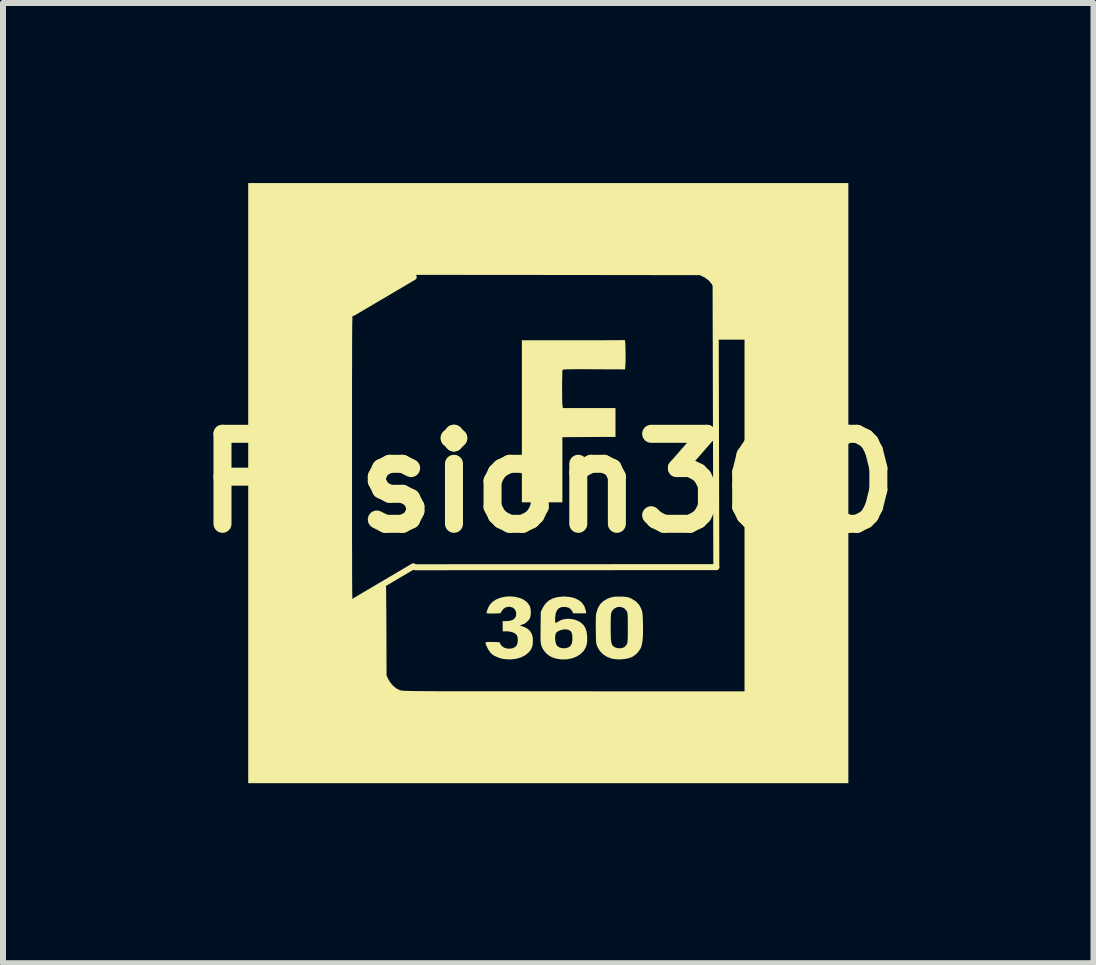
<source format=kicad_pcb>
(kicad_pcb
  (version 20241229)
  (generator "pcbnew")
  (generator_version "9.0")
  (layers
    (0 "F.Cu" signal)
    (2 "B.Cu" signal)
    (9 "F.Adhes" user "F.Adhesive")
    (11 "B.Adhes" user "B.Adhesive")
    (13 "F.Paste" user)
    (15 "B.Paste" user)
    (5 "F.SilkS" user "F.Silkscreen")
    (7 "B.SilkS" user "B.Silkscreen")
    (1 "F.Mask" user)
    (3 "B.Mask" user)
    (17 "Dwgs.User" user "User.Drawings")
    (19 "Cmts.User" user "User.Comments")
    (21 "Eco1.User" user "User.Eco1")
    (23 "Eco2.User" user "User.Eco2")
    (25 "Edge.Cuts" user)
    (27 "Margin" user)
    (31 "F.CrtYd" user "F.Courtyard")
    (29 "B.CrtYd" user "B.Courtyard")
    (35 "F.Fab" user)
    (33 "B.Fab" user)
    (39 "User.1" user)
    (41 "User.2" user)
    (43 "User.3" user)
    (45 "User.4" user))
  (footprint "Fusion360"
    (layer "F.Cu")
    (at 6.086 5)
    (property "Reference" "Fusion360" (at 0 0 0) (layer "F.SilkS") (effects (font (size 1.5 1.5) (thickness 0.3))))
    (attr board_only exclude_from_pos_files exclude_from_bom)
    (fp_line (start -3.262 1.984) (end -2.248 1.386) (stroke (width 0.1) (type default)) (layer "F.SilkS"))
    (fp_line (start -3.256 -2.835) (end -2.242 -3.433) (stroke (width 0.1) (type default)) (layer "F.SilkS"))
    (fp_line (start 2.788 -3.297) (end 2.8 1.4) (stroke (width 0.1) (type default)) (layer "F.SilkS"))
    (fp_line (start 2.8 1.4) (end -2.22 1.402) (stroke (width 0.1) (type default)) (layer "F.SilkS"))
    (fp_poly (pts (xy -2.99 1.815) (xy -2.995 1.82) (xy -3 1.815) (xy -2.995 1.81)) (stroke (width 0) (type solid)) (fill yes) (layer "F.SilkS"))
    (fp_poly (pts (xy -2.91 1.725) (xy -2.915 1.73) (xy -2.92 1.725) (xy -2.915 1.72)) (stroke (width 0) (type solid)) (fill yes) (layer "F.SilkS"))
    (fp_poly (pts (xy -2.84 -3.025) (xy -2.845 -3.02) (xy -2.85 -3.025) (xy -2.845 -3.03)) (stroke (width 0) (type solid)) (fill yes) (layer "F.SilkS"))
    (fp_poly (pts (xy -2.84 1.725) (xy -2.845 1.73) (xy -2.85 1.725) (xy -2.845 1.72)) (stroke (width 0) (type solid)) (fill yes) (layer "F.SilkS"))
    (fp_poly (pts (xy -2.7 1.665) (xy -2.705 1.67) (xy -2.71 1.665) (xy -2.705 1.66)) (stroke (width 0) (type solid)) (fill yes) (layer "F.SilkS"))
    (fp_poly (pts (xy -2.68 -3.165) (xy -2.685 -3.16) (xy -2.69 -3.165) (xy -2.685 -3.17)) (stroke (width 0) (type solid)) (fill yes) (layer "F.SilkS"))
    (fp_poly (pts (xy -2.68 -3.095) (xy -2.685 -3.09) (xy -2.69 -3.095) (xy -2.685 -3.1)) (stroke (width 0) (type solid)) (fill yes) (layer "F.SilkS"))
    (fp_poly (pts (xy -2.52 -3.245) (xy -2.525 -3.24) (xy -2.53 -3.245) (xy -2.525 -3.25)) (stroke (width 0) (type solid)) (fill yes) (layer "F.SilkS"))
    (fp_poly (pts (xy -2.35 1.425) (xy -2.355 1.43) (xy -2.36 1.425) (xy -2.355 1.42)) (stroke (width 0) (type solid)) (fill yes) (layer "F.SilkS"))
    (fp_poly (pts (xy -3.163 -2.847) (xy -3.165 -2.841) (xy -3.17 -2.84) (xy -3.178 -2.844) (xy -3.177 -2.847) (xy -3.165 -2.848)) (stroke (width 0) (type solid)) (fill yes) (layer "F.SilkS"))
    (fp_poly (pts (xy -3.118 -2.857) (xy -3.116 -2.853) (xy -3.13 -2.852) (xy -3.144 -2.853) (xy -3.143 -2.857) (xy -3.122 -2.858)) (stroke (width 0) (type solid)) (fill yes) (layer "F.SilkS"))
    (fp_poly (pts (xy -2.753 -3.086) (xy -2.756 -3.081) (xy -2.766 -3.081) (xy -2.777 -3.083) (xy -2.772 -3.087) (xy -2.756 -3.088)) (stroke (width 0) (type solid)) (fill yes) (layer "F.SilkS"))
    (fp_poly (pts (xy -2.623 1.643) (xy -2.625 1.649) (xy -2.63 1.65) (xy -2.638 1.646) (xy -2.637 1.643) (xy -2.625 1.642)) (stroke (width 0) (type solid)) (fill yes) (layer "F.SilkS"))
    (fp_poly (pts (xy -3.085 -2.928) (xy -3.088 -2.921) (xy -3.097 -2.916) (xy -3.109 -2.913) (xy -3.104 -2.92) (xy -3.103 -2.921) (xy -3.09 -2.929)) (stroke (width 0) (type solid)) (fill yes) (layer "F.SilkS"))
    (fp_poly (pts (xy -3.005 -2.94) (xy -3.016 -2.932) (xy -3.027 -2.93) (xy -3.03 -2.934) (xy -3.022 -2.94) (xy -3.014 -2.944) (xy -3.004 -2.945)) (stroke (width 0) (type solid)) (fill yes) (layer "F.SilkS"))
    (fp_poly (pts (xy -2.682 1.664) (xy -2.671 1.674) (xy -2.673 1.68) (xy -2.674 1.68) (xy -2.683 1.673) (xy -2.686 1.668) (xy -2.687 1.662)) (stroke (width 0) (type solid)) (fill yes) (layer "F.SilkS"))
    (fp_poly (pts (xy -2.659 1.646) (xy -2.651 1.659) (xy -2.653 1.666) (xy -2.662 1.663) (xy -2.67 1.655) (xy -2.676 1.643) (xy -2.672 1.64)) (stroke (width 0) (type solid)) (fill yes) (layer "F.SilkS"))
    (fp_poly (pts (xy -2.545 -3.25) (xy -2.556 -3.242) (xy -2.567 -3.24) (xy -2.57 -3.244) (xy -2.562 -3.25) (xy -2.554 -3.254) (xy -2.544 -3.255)) (stroke (width 0) (type solid)) (fill yes) (layer "F.SilkS"))
    (fp_poly (pts (xy -3.119 1.889) (xy -3.104 1.895) (xy -3.107 1.897) (xy -3.127 1.897) (xy -3.146 1.894) (xy -3.152 1.888) (xy -3.151 1.887) (xy -3.137 1.885)) (stroke (width 0) (type solid)) (fill yes) (layer "F.SilkS"))
    (fp_poly (pts (xy -3.11 -2.893) (xy -3.11 -2.89) (xy -3.118 -2.882) (xy -3.132 -2.88) (xy -3.147 -2.882) (xy -3.144 -2.888) (xy -3.14 -2.89) (xy -3.119 -2.899)) (stroke (width 0) (type solid)) (fill yes) (layer "F.SilkS"))
    (fp_poly (pts (xy -2.881 1.735) (xy -2.88 1.739) (xy -2.887 1.753) (xy -2.89 1.755) (xy -2.899 1.755) (xy -2.9 1.751) (xy -2.893 1.737) (xy -2.89 1.735)) (stroke (width 0) (type solid)) (fill yes) (layer "F.SilkS"))
    (fp_poly (pts (xy -2.783 -3.104) (xy -2.785 -3.1) (xy -2.798 -3.09) (xy -2.801 -3.09) (xy -2.807 -3.096) (xy -2.805 -3.1) (xy -2.792 -3.11) (xy -2.789 -3.11)) (stroke (width 0) (type solid)) (fill yes) (layer "F.SilkS"))
    (fp_poly (pts (xy -2.72 -3.102) (xy -2.72 -3.1) (xy -2.728 -3.09) (xy -2.73 -3.09) (xy -2.74 -3.098) (xy -2.74 -3.1) (xy -2.732 -3.11) (xy -2.73 -3.11)) (stroke (width 0) (type solid)) (fill yes) (layer "F.SilkS"))
    (fp_poly (pts (xy -2.463 -3.254) (xy -2.465 -3.25) (xy -2.474 -3.24) (xy -2.476 -3.24) (xy -2.48 -3.248) (xy -2.48 -3.25) (xy -2.472 -3.26) (xy -2.469 -3.26)) (stroke (width 0) (type solid)) (fill yes) (layer "F.SilkS"))
    (fp_poly (pts (xy -3.014 -2.967) (xy -3.017 -2.959) (xy -3.029 -2.95) (xy -3.043 -2.938) (xy -3.045 -2.929) (xy -3.041 -2.922) (xy -3.049 -2.923) (xy -3.058 -2.927) (xy -3.061 -2.935) (xy -3.046 -2.951) (xy -3.045 -2.952) (xy -3.026 -2.964) (xy -3.014 -2.967)) (stroke (width 0) (type solid)) (fill yes) (layer "F.SilkS"))
    (fp_poly (pts (xy -2.45 -3.292) (xy -2.444 -3.276) (xy -2.444 -3.262) (xy -2.445 -3.262) (xy -2.45 -3.265) (xy -2.45 -3.269) (xy -2.458 -3.278) (xy -2.471 -3.277) (xy -2.484 -3.275) (xy -2.482 -3.283) (xy -2.479 -3.286) (xy -2.466 -3.298) (xy -2.46 -3.3)) (stroke (width 0) (type solid)) (fill yes) (layer "F.SilkS"))
    (fp_poly (pts (xy -2.854 1.753) (xy -2.856 1.763) (xy -2.868 1.78) (xy -2.883 1.797) (xy -2.897 1.809) (xy -2.901 1.81) (xy -2.913 1.803) (xy -2.915 1.8) (xy -2.913 1.794) (xy -2.906 1.796) (xy -2.892 1.796) (xy -2.89 1.79) (xy -2.884 1.776) (xy -2.872 1.761) (xy -2.859 1.752)) (stroke (width 0) (type solid)) (fill yes) (layer "F.SilkS"))
    (fp_poly (pts (xy -2.84 -3.071) (xy -2.848 -3.059) (xy -2.866 -3.043) (xy -2.887 -3.029) (xy -2.905 -3.02) (xy -2.908 -3.02) (xy -2.921 -3.012) (xy -2.923 -3.007) (xy -2.928 -3) (xy -2.929 -3.007) (xy -2.922 -3.02) (xy -2.903 -3.034) (xy -2.901 -3.035) (xy -2.875 -3.05) (xy -2.856 -3.065) (xy -2.844 -3.074)) (stroke (width 0) (type solid)) (fill yes) (layer "F.SilkS"))
    (fp_poly (pts (xy -3.205 1.967) (xy -3.196 1.975) (xy -3.203 1.982) (xy -3.214 1.988) (xy -3.231 1.994) (xy -3.236 1.989) (xy -3.236 1.985) (xy -3.231 1.973) (xy -3.227 1.973) (xy -3.225 1.979) (xy -3.22 1.98) (xy -3.212 1.976) (xy -3.213 1.973) (xy -3.225 1.972) (xy -3.227 1.973) (xy -3.231 1.973) (xy -3.228 1.965) (xy -3.212 1.964)) (stroke (width 0) (type solid)) (fill yes) (layer "F.SilkS"))
    (fp_poly (pts (xy -3.069 1.9) (xy -3.086 1.915) (xy -3.102 1.926) (xy -3.135 1.948) (xy -3.154 1.961) (xy -3.163 1.964) (xy -3.165 1.96) (xy -3.163 1.95) (xy -3.163 1.949) (xy -3.157 1.936) (xy -3.149 1.941) (xy -3.149 1.942) (xy -3.142 1.948) (xy -3.14 1.943) (xy -3.133 1.933) (xy -3.115 1.918) (xy -3.093 1.904) (xy -3.074 1.894) (xy -3.064 1.893)) (stroke (width 0) (type solid)) (fill yes) (layer "F.SilkS"))
    (fp_poly (pts (xy -2.719 1.65) (xy -2.718 1.663) (xy -2.715 1.677) (xy -2.704 1.68) (xy -2.692 1.682) (xy -2.698 1.689) (xy -2.7 1.689) (xy -2.716 1.695) (xy -2.722 1.694) (xy -2.73 1.696) (xy -2.73 1.699) (xy -2.738 1.709) (xy -2.746 1.71) (xy -2.756 1.708) (xy -2.752 1.7) (xy -2.746 1.694) (xy -2.733 1.677) (xy -2.73 1.667) (xy -2.735 1.665) (xy -2.744 1.675) (xy -2.754 1.688) (xy -2.757 1.683) (xy -2.757 1.67) (xy -2.75 1.65) (xy -2.734 1.645)) (stroke (width 0) (type solid)) (fill yes) (layer "F.SilkS"))
    (fp_poly (pts (xy -2.507 1.557) (xy -2.51 1.559) (xy -2.52 1.568) (xy -2.513 1.57) (xy -2.51 1.571) (xy -2.509 1.575) (xy -2.522 1.584) (xy -2.533 1.589) (xy -2.554 1.601) (xy -2.563 1.611) (xy -2.563 1.614) (xy -2.564 1.617) (xy -2.574 1.614) (xy -2.588 1.611) (xy -2.586 1.618) (xy -2.585 1.631) (xy -2.588 1.634) (xy -2.594 1.629) (xy -2.596 1.612) (xy -2.591 1.587) (xy -2.581 1.573) (xy -2.562 1.561) (xy -2.556 1.562) (xy -2.565 1.574) (xy -2.571 1.58) (xy -2.587 1.594) (xy -2.587 1.599) (xy -2.57 1.595) (xy -2.552 1.589) (xy -2.531 1.579) (xy -2.523 1.569) (xy -2.523 1.568) (xy -2.517 1.556) (xy -2.51 1.553) (xy -2.5 1.551)) (stroke (width 0) (type solid)) (fill yes) (layer "F.SilkS"))
    (fp_poly (pts (xy 1.279 -2.374) (xy 1.282 -2.349) (xy 1.284 -2.311) (xy 1.286 -2.264) (xy 1.287 -2.21) (xy 1.288 -2.154) (xy 1.288 -2.098) (xy 1.288 -2.046) (xy 1.287 -2.002) (xy 1.285 -1.975) (xy 1.279 -1.895) (xy 0.762 -1.897) (xy 0.642 -1.898) (xy 0.54 -1.898) (xy 0.455 -1.898) (xy 0.386 -1.897) (xy 0.333 -1.896) (xy 0.292 -1.895) (xy 0.264 -1.893) (xy 0.247 -1.891) (xy 0.239 -1.888) (xy 0.238 -1.887) (xy 0.236 -1.874) (xy 0.234 -1.844) (xy 0.233 -1.8) (xy 0.232 -1.746) (xy 0.231 -1.684) (xy 0.23 -1.618) (xy 0.23 -1.55) (xy 0.231 -1.484) (xy 0.231 -1.423) (xy 0.232 -1.37) (xy 0.234 -1.328) (xy 0.236 -1.3) (xy 0.236 -1.296) (xy 0.243 -1.25) (xy 0.681 -1.25) (xy 1.12 -1.25) (xy 1.12 -1.01) (xy 1.12 -0.77) (xy 0.677 -0.768) (xy 0.235 -0.765) (xy 0.235 -0.222) (xy 0.235 0.32) (xy -0.102 0.32) (xy -0.44 0.32) (xy -0.44 -1.03) (xy -0.44 -2.38) (xy 0.415 -2.38) (xy 0.544 -2.38) (xy 0.667 -2.38) (xy 0.783 -2.38) (xy 0.891 -2.38) (xy 0.988 -2.381) (xy 1.074 -2.381) (xy 1.146 -2.381) (xy 1.204 -2.382) (xy 1.246 -2.382) (xy 1.271 -2.382) (xy 1.277 -2.382)) (stroke (width 0) (type solid)) (fill yes) (layer "F.SilkS"))
    (fp_poly (pts (xy 0.358 1.897) (xy 0.44 1.917) (xy 0.508 1.95) (xy 0.562 1.995) (xy 0.601 2.051) (xy 0.624 2.118) (xy 0.626 2.129) (xy 0.633 2.17) (xy 0.524 2.17) (xy 0.415 2.17) (xy 0.4 2.138) (xy 0.372 2.098) (xy 0.331 2.073) (xy 0.278 2.063) (xy 0.222 2.066) (xy 0.177 2.084) (xy 0.145 2.119) (xy 0.124 2.169) (xy 0.115 2.236) (xy 0.114 2.252) (xy 0.114 2.291) (xy 0.117 2.318) (xy 0.121 2.33) (xy 0.122 2.33) (xy 0.136 2.325) (xy 0.158 2.311) (xy 0.162 2.309) (xy 0.22 2.279) (xy 0.288 2.263) (xy 0.36 2.261) (xy 0.432 2.273) (xy 0.499 2.298) (xy 0.544 2.325) (xy 0.587 2.366) (xy 0.618 2.413) (xy 0.637 2.47) (xy 0.647 2.54) (xy 0.648 2.562) (xy 0.648 2.635) (xy 0.639 2.694) (xy 0.621 2.745) (xy 0.592 2.793) (xy 0.585 2.801) (xy 0.534 2.851) (xy 0.47 2.891) (xy 0.395 2.92) (xy 0.313 2.936) (xy 0.229 2.939) (xy 0.146 2.928) (xy 0.131 2.924) (xy 0.07 2.905) (xy 0.022 2.881) (xy -0.02 2.849) (xy -0.041 2.83) (xy -0.087 2.77) (xy -0.109 2.725) (xy -0.116 2.706) (xy -0.121 2.688) (xy -0.125 2.668) (xy -0.127 2.643) (xy -0.129 2.61) (xy -0.129 2.566) (xy -0.129 2.561) (xy 0.114 2.561) (xy 0.115 2.607) (xy 0.122 2.653) (xy 0.134 2.691) (xy 0.15 2.715) (xy 0.194 2.742) (xy 0.245 2.753) (xy 0.3 2.749) (xy 0.342 2.734) (xy 0.372 2.71) (xy 0.392 2.672) (xy 0.401 2.62) (xy 0.402 2.582) (xy 0.398 2.524) (xy 0.384 2.482) (xy 0.358 2.455) (xy 0.32 2.44) (xy 0.274 2.437) (xy 0.23 2.443) (xy 0.187 2.457) (xy 0.15 2.476) (xy 0.133 2.492) (xy 0.12 2.52) (xy 0.114 2.561) (xy -0.129 2.561) (xy -0.129 2.509) (xy -0.128 2.436) (xy -0.128 2.405) (xy -0.125 2.144) (xy -0.092 2.077) (xy -0.049 2.01) (xy 0.005 1.959) (xy 0.073 1.922) (xy 0.154 1.899) (xy 0.249 1.89) (xy 0.265 1.89)) (stroke (width 0) (type solid)) (fill yes) (layer "F.SilkS"))
    (fp_poly (pts (xy -0.558 1.894) (xy -0.477 1.913) (xy -0.408 1.944) (xy -0.353 1.986) (xy -0.314 2.038) (xy -0.305 2.057) (xy -0.294 2.1) (xy -0.29 2.152) (xy -0.294 2.204) (xy -0.305 2.249) (xy -0.309 2.259) (xy -0.325 2.28) (xy -0.349 2.305) (xy -0.375 2.328) (xy -0.4 2.345) (xy -0.414 2.35) (xy -0.426 2.353) (xy -0.447 2.361) (xy -0.475 2.371) (xy -0.423 2.389) (xy -0.357 2.419) (xy -0.309 2.458) (xy -0.276 2.509) (xy -0.259 2.571) (xy -0.256 2.62) (xy -0.259 2.685) (xy -0.271 2.737) (xy -0.294 2.781) (xy -0.323 2.818) (xy -0.382 2.867) (xy -0.454 2.904) (xy -0.537 2.928) (xy -0.628 2.938) (xy -0.724 2.934) (xy -0.756 2.929) (xy -0.83 2.909) (xy -0.9 2.877) (xy -0.941 2.849) (xy -0.967 2.821) (xy -0.995 2.781) (xy -1.021 2.734) (xy -1.041 2.687) (xy -1.045 2.673) (xy -1.046 2.662) (xy -1.042 2.654) (xy -1.028 2.649) (xy -1.003 2.647) (xy -0.964 2.647) (xy -0.909 2.648) (xy -0.813 2.651) (xy -0.797 2.685) (xy -0.771 2.719) (xy -0.732 2.743) (xy -0.687 2.757) (xy -0.639 2.759) (xy -0.593 2.751) (xy -0.553 2.731) (xy -0.525 2.7) (xy -0.523 2.697) (xy -0.512 2.661) (xy -0.508 2.618) (xy -0.511 2.575) (xy -0.521 2.54) (xy -0.525 2.534) (xy -0.556 2.504) (xy -0.601 2.483) (xy -0.659 2.472) (xy -0.693 2.47) (xy -0.76 2.47) (xy -0.76 2.385) (xy -0.76 2.3) (xy -0.7 2.3) (xy -0.636 2.294) (xy -0.587 2.276) (xy -0.553 2.247) (xy -0.536 2.207) (xy -0.536 2.159) (xy -0.54 2.139) (xy -0.56 2.1) (xy -0.595 2.073) (xy -0.641 2.061) (xy -0.656 2.06) (xy -0.706 2.069) (xy -0.749 2.097) (xy -0.784 2.144) (xy -0.796 2.168) (xy -0.806 2.169) (xy -0.832 2.171) (xy -0.87 2.172) (xy -0.914 2.173) (xy -0.97 2.173) (xy -1.007 2.171) (xy -1.026 2.168) (xy -1.03 2.164) (xy -1.025 2.141) (xy -1.014 2.107) (xy -0.998 2.07) (xy -0.98 2.037) (xy -0.974 2.027) (xy -0.933 1.982) (xy -0.877 1.943) (xy -0.809 1.914) (xy -0.733 1.895) (xy -0.653 1.887) (xy -0.649 1.887)) (stroke (width 0) (type solid)) (fill yes) (layer "F.SilkS"))
    (fp_poly (pts (xy 1.194 1.891) (xy 1.213 1.891) (xy 1.264 1.893) (xy 1.301 1.897) (xy 1.329 1.902) (xy 1.355 1.911) (xy 1.384 1.925) (xy 1.394 1.929) (xy 1.46 1.971) (xy 1.51 2.023) (xy 1.546 2.086) (xy 1.551 2.099) (xy 1.559 2.122) (xy 1.565 2.146) (xy 1.57 2.174) (xy 1.573 2.212) (xy 1.575 2.261) (xy 1.577 2.326) (xy 1.578 2.345) (xy 1.579 2.454) (xy 1.577 2.546) (xy 1.571 2.621) (xy 1.561 2.682) (xy 1.548 2.731) (xy 1.536 2.758) (xy 1.504 2.807) (xy 1.46 2.853) (xy 1.411 2.889) (xy 1.401 2.894) (xy 1.343 2.917) (xy 1.273 2.931) (xy 1.197 2.938) (xy 1.123 2.935) (xy 1.064 2.926) (xy 0.982 2.897) (xy 0.913 2.854) (xy 0.859 2.797) (xy 0.823 2.736) (xy 0.814 2.716) (xy 0.807 2.698) (xy 0.802 2.679) (xy 0.798 2.655) (xy 0.796 2.625) (xy 0.794 2.584) (xy 0.793 2.53) (xy 0.792 2.459) (xy 0.792 2.45) (xy 0.791 2.4) (xy 1.04 2.4) (xy 1.04 2.484) (xy 1.042 2.551) (xy 1.044 2.603) (xy 1.049 2.642) (xy 1.055 2.671) (xy 1.063 2.693) (xy 1.075 2.709) (xy 1.083 2.718) (xy 1.12 2.741) (xy 1.167 2.752) (xy 1.216 2.751) (xy 1.259 2.738) (xy 1.267 2.734) (xy 1.287 2.715) (xy 1.306 2.689) (xy 1.307 2.687) (xy 1.313 2.675) (xy 1.317 2.66) (xy 1.32 2.638) (xy 1.323 2.609) (xy 1.324 2.568) (xy 1.325 2.514) (xy 1.325 2.443) (xy 1.325 2.41) (xy 1.325 2.333) (xy 1.324 2.274) (xy 1.324 2.229) (xy 1.322 2.196) (xy 1.319 2.172) (xy 1.316 2.155) (xy 1.311 2.141) (xy 1.305 2.13) (xy 1.273 2.092) (xy 1.232 2.07) (xy 1.186 2.062) (xy 1.141 2.069) (xy 1.099 2.091) (xy 1.066 2.127) (xy 1.058 2.141) (xy 1.052 2.154) (xy 1.047 2.172) (xy 1.044 2.195) (xy 1.042 2.227) (xy 1.041 2.272) (xy 1.04 2.331) (xy 1.04 2.4) (xy 0.791 2.4) (xy 0.791 2.357) (xy 0.792 2.279) (xy 0.794 2.218) (xy 0.798 2.175) (xy 0.8 2.165) (xy 0.825 2.085) (xy 0.864 2.018) (xy 0.919 1.965) (xy 0.988 1.925) (xy 1.031 1.909) (xy 1.068 1.899) (xy 1.103 1.893) (xy 1.143 1.891)) (stroke (width 0) (type solid)) (fill yes) (layer "F.SilkS"))
    (fp_poly (pts (xy 5 0) (xy 5 5) (xy 0 5) (xy -5 5) (xy -5 0) (xy -5 -0.584) (xy -3.27 -0.584) (xy -3.27 -0.405) (xy -3.27 -0.144) (xy -3.27 0.097) (xy -3.27 0.32) (xy -3.27 0.524) (xy -3.27 0.712) (xy -3.27 0.884) (xy -3.27 1.04) (xy -3.269 1.181) (xy -3.269 1.308) (xy -3.269 1.421) (xy -3.269 1.522) (xy -3.268 1.611) (xy -3.268 1.689) (xy -3.267 1.756) (xy -3.267 1.814) (xy -3.266 1.863) (xy -3.265 1.904) (xy -3.264 1.937) (xy -3.263 1.963) (xy -3.262 1.984) (xy -3.261 1.999) (xy -3.259 2.009) (xy -3.258 2.016) (xy -3.256 2.02) (xy -3.254 2.021) (xy -3.252 2.021) (xy -3.25 2.02) (xy -3.235 2.014) (xy -3.23 2.017) (xy -3.224 2.015) (xy -3.21 2.003) (xy -3.21 2.002) (xy -3.191 1.986) (xy -3.177 1.98) (xy -3.162 1.975) (xy -3.137 1.962) (xy -3.108 1.945) (xy -3.077 1.926) (xy -3.051 1.908) (xy -3.033 1.893) (xy -3.028 1.886) (xy -3.028 1.885) (xy -3.026 1.881) (xy -3.015 1.882) (xy -3.001 1.881) (xy -2.997 1.868) (xy -2.997 1.855) (xy -2.997 1.836) (xy -2.993 1.836) (xy -2.99 1.84) (xy -2.981 1.847) (xy -2.978 1.837) (xy -2.979 1.828) (xy -2.972 1.825) (xy -2.964 1.827) (xy -2.955 1.833) (xy -2.96 1.842) (xy -2.971 1.851) (xy -2.985 1.864) (xy -2.986 1.87) (xy -2.985 1.87) (xy -2.971 1.864) (xy -2.951 1.851) (xy -2.927 1.833) (xy -2.951 1.816) (xy -2.964 1.805) (xy -2.965 1.8) (xy -2.964 1.8) (xy -2.949 1.805) (xy -2.934 1.814) (xy -2.919 1.822) (xy -2.904 1.821) (xy -2.882 1.808) (xy -2.878 1.805) (xy -2.855 1.791) (xy -2.84 1.786) (xy -2.837 1.786) (xy -2.828 1.784) (xy -2.824 1.779) (xy -2.823 1.771) (xy -2.831 1.774) (xy -2.835 1.775) (xy -2.826 1.766) (xy -2.809 1.756) (xy -2.799 1.755) (xy -2.788 1.753) (xy -2.784 1.749) (xy -2.785 1.741) (xy -2.804 1.741) (xy -2.808 1.742) (xy -2.828 1.743) (xy -2.834 1.738) (xy -2.833 1.737) (xy -2.821 1.733) (xy -2.796 1.733) (xy -2.788 1.734) (xy -2.764 1.736) (xy -2.754 1.733) (xy -2.754 1.731) (xy -2.75 1.724) (xy -2.734 1.716) (xy -2.716 1.711) (xy -2.705 1.712) (xy -2.704 1.723) (xy -2.703 1.751) (xy -2.702 1.797) (xy -2.701 1.857) (xy -2.701 1.932) (xy -2.7 2.019) (xy -2.699 2.116) (xy -2.698 2.223) (xy -2.698 2.337) (xy -2.697 2.457) (xy -2.697 2.46) (xy -2.695 3.205) (xy -2.666 3.268) (xy -2.629 3.328) (xy -2.579 3.383) (xy -2.522 3.427) (xy -2.477 3.449) (xy -2.472 3.451) (xy -2.466 3.453) (xy -2.459 3.454) (xy -2.45 3.456) (xy -2.439 3.457) (xy -2.424 3.459) (xy -2.406 3.46) (xy -2.383 3.461) (xy -2.354 3.462) (xy -2.32 3.463) (xy -2.278 3.464) (xy -2.23 3.465) (xy -2.173 3.466) (xy -2.107 3.466) (xy -2.032 3.467) (xy -1.947 3.467) (xy -1.85 3.468) (xy -1.743 3.468) (xy -1.622 3.468) (xy -1.489 3.468) (xy -1.342 3.469) (xy -1.181 3.469) (xy -1.005 3.469) (xy -0.813 3.469) (xy -0.604 3.469) (xy -0.378 3.469) (xy -0.135 3.469) (xy 0.128 3.469) (xy 0.409 3.469) (xy 0.422 3.469) (xy 3.27 3.47) (xy 3.27 0.54) (xy 3.27 -2.39) (xy 3.03 -2.39) (xy 2.79 -2.39) (xy 2.79 -2.768) (xy 2.79 -2.876) (xy 2.789 -2.966) (xy 2.788 -3.041) (xy 2.786 -3.101) (xy 2.782 -3.15) (xy 2.777 -3.19) (xy 2.77 -3.222) (xy 2.762 -3.25) (xy 2.751 -3.274) (xy 2.737 -3.297) (xy 2.725 -3.315) (xy 2.673 -3.377) (xy 2.609 -3.424) (xy 2.572 -3.443) (xy 2.525 -3.465) (xy 0.161 -3.468) (xy -2.202 -3.47) (xy -2.254 -3.441) (xy -2.281 -3.424) (xy -2.293 -3.413) (xy -2.291 -3.406) (xy -2.287 -3.405) (xy -2.273 -3.395) (xy -2.27 -3.389) (xy -2.277 -3.387) (xy -2.294 -3.395) (xy -2.294 -3.395) (xy -2.312 -3.405) (xy -2.325 -3.403) (xy -2.333 -3.395) (xy -2.349 -3.383) (xy -2.356 -3.38) (xy -2.37 -3.375) (xy -2.394 -3.361) (xy -2.424 -3.341) (xy -2.455 -3.319) (xy -2.483 -3.298) (xy -2.504 -3.28) (xy -2.513 -3.269) (xy -2.513 -3.267) (xy -2.514 -3.261) (xy -2.525 -3.264) (xy -2.543 -3.263) (xy -2.566 -3.254) (xy -2.589 -3.24) (xy -2.607 -3.225) (xy -2.615 -3.211) (xy -2.613 -3.206) (xy -2.605 -3.191) (xy -2.604 -3.185) (xy -2.607 -3.175) (xy -2.618 -3.179) (xy -2.64 -3.184) (xy -2.667 -3.184) (xy -2.69 -3.18) (xy -2.698 -3.176) (xy -2.704 -3.162) (xy -2.707 -3.15) (xy -2.704 -3.133) (xy -2.695 -3.131) (xy -2.687 -3.143) (xy -2.682 -3.148) (xy -2.681 -3.145) (xy -2.685 -3.129) (xy -2.69 -3.12) (xy -2.7 -3.11) (xy -2.709 -3.119) (xy -2.718 -3.126) (xy -2.733 -3.122) (xy -2.743 -3.116) (xy -2.765 -3.106) (xy -2.775 -3.11) (xy -2.773 -3.121) (xy -2.768 -3.124) (xy -2.739 -3.134) (xy -2.725 -3.141) (xy -2.72 -3.148) (xy -2.72 -3.149) (xy -2.728 -3.151) (xy -2.749 -3.142) (xy -2.78 -3.126) (xy -2.818 -3.103) (xy -2.86 -3.076) (xy -2.863 -3.074) (xy -2.893 -3.055) (xy -2.918 -3.04) (xy -2.93 -3.035) (xy -2.945 -3.025) (xy -2.947 -3.017) (xy -2.954 -3.008) (xy -2.966 -3.004) (xy -2.986 -2.998) (xy -3.014 -2.985) (xy -3.031 -2.975) (xy -3.08 -2.943) (xy -3.116 -2.92) (xy -3.14 -2.904) (xy -3.155 -2.892) (xy -3.164 -2.883) (xy -3.166 -2.881) (xy -3.181 -2.872) (xy -3.188 -2.874) (xy -3.196 -2.874) (xy -3.193 -2.864) (xy -3.192 -2.851) (xy -3.203 -2.853) (xy -3.22 -2.854) (xy -3.225 -2.85) (xy -3.239 -2.842) (xy -3.251 -2.84) (xy -3.253 -2.84) (xy -3.255 -2.838) (xy -3.256 -2.835) (xy -3.258 -2.83) (xy -3.259 -2.821) (xy -3.261 -2.809) (xy -3.262 -2.791) (xy -3.263 -2.768) (xy -3.264 -2.739) (xy -3.265 -2.703) (xy -3.266 -2.66) (xy -3.267 -2.608) (xy -3.267 -2.547) (xy -3.268 -2.476) (xy -3.268 -2.394) (xy -3.269 -2.301) (xy -3.269 -2.196) (xy -3.269 -2.078) (xy -3.269 -1.947) (xy -3.27 -1.801) (xy -3.27 -1.64) (xy -3.27 -1.463) (xy -3.27 -1.27) (xy -3.27 -1.06) (xy -3.27 -0.831) (xy -3.27 -0.584) (xy -5 -0.584) (xy -5 -2.885) (xy -3.18 -2.885) (xy -3.175 -2.88) (xy -3.17 -2.885) (xy -3.175 -2.89) (xy -3.18 -2.885) (xy -5 -2.885) (xy -5 -3.204) (xy -2.65 -3.204) (xy -2.648 -3.197) (xy -2.632 -3.193) (xy -2.615 -3.193) (xy -2.616 -3.197) (xy -2.624 -3.202) (xy -2.642 -3.207) (xy -2.65 -3.204) (xy -5 -3.204) (xy -5 -5) (xy 0 -5) (xy 5 -5)) (stroke (width 0) (type solid)) (fill yes) (layer "F.SilkS")))
  (gr_rect
    (start -3 -3)
    (end 15.171 13)
    (stroke (width 0.1) (type default))
    (fill no)
    (layer "Edge.Cuts")))
</source>
